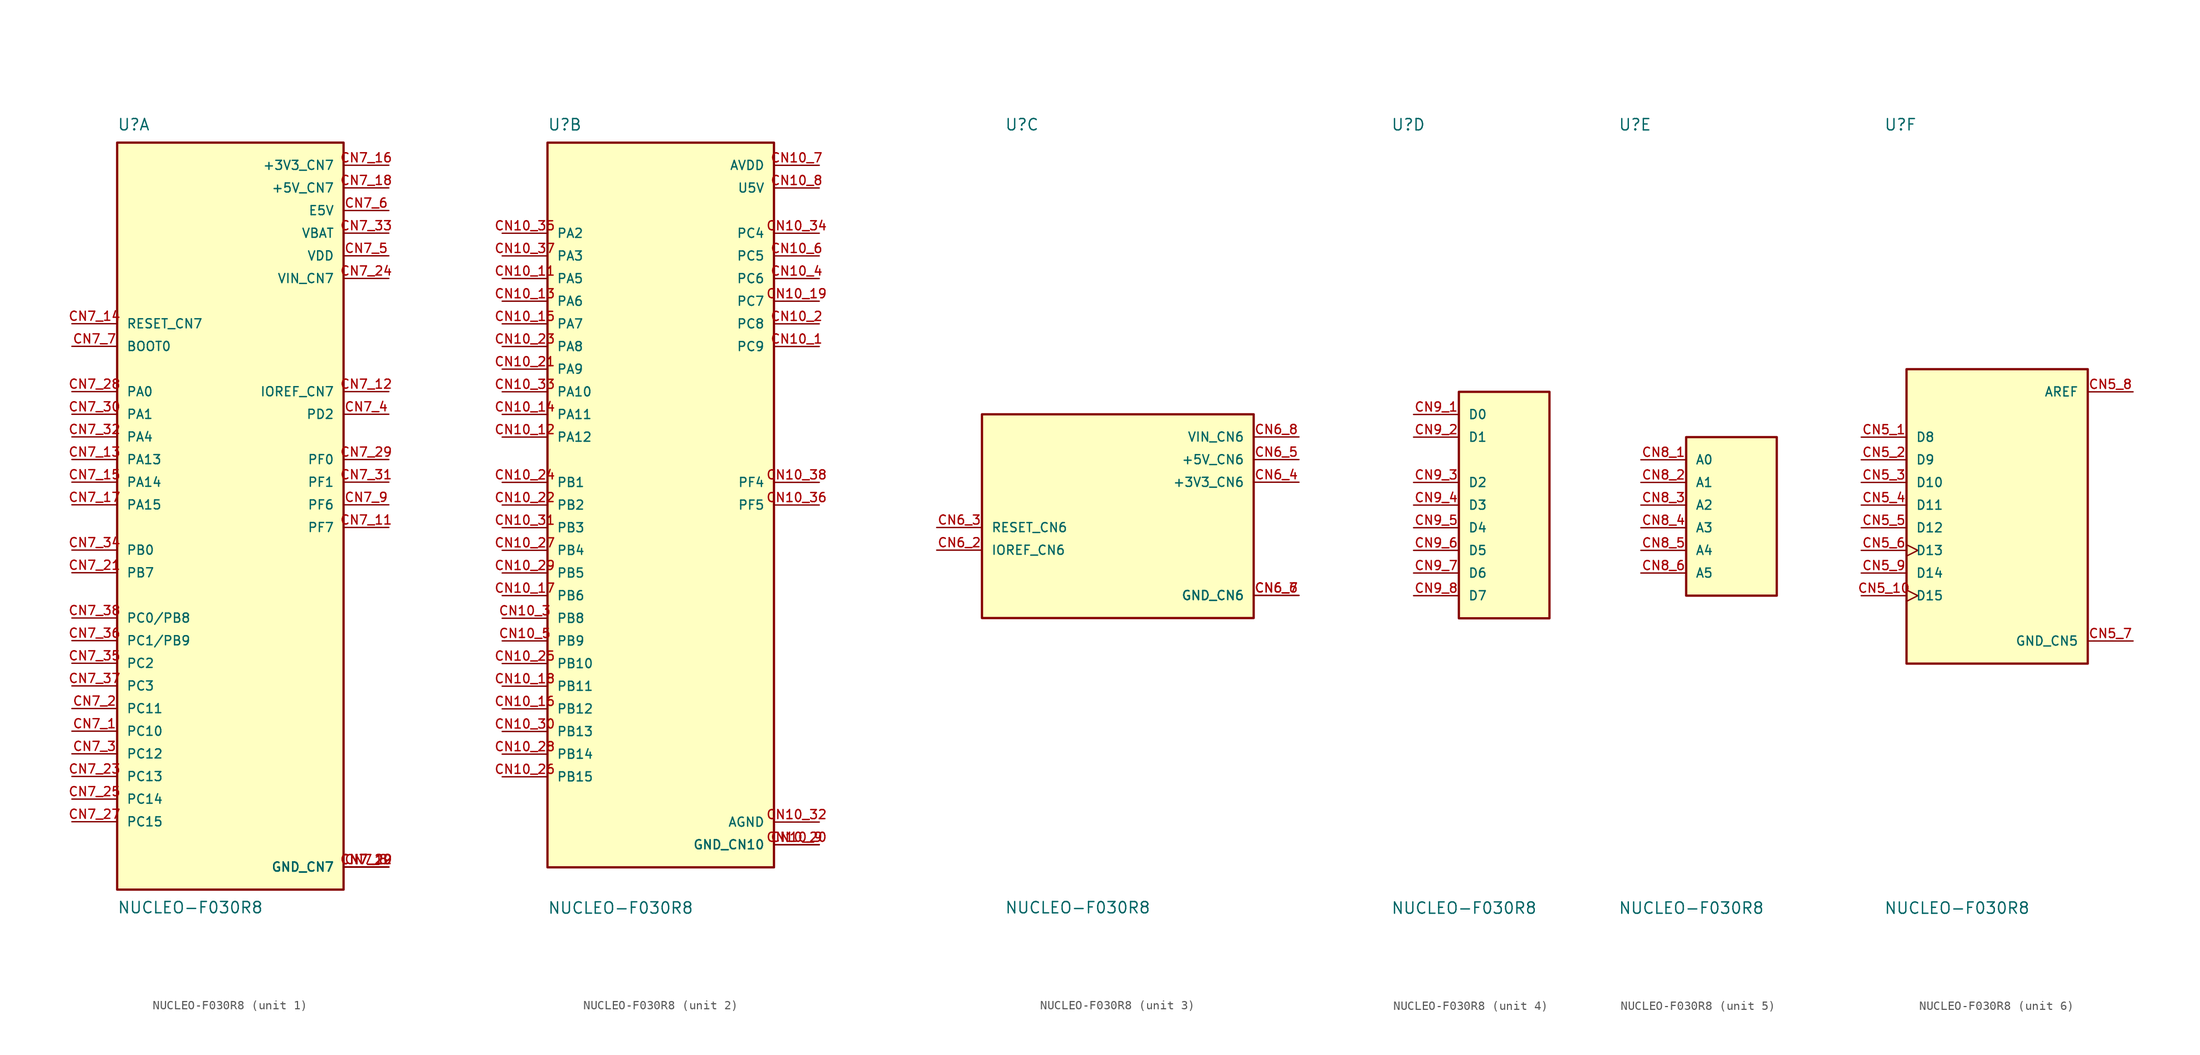
<source format=kicad_sym>
(kicad_symbol_lib
  (version 20211014)
  (generator kicad_symbol_editor)
  (symbol "NUCLEO-F030R8"
    (pin_names
      (offset 1.016))
    (property "Reference" "U"
      (at -12.7 41.91 0)
      (effects (font (size 1.27 1.27)) (justify bottom left)))
    (property "Value" "NUCLEO-F030R8"
      (at -12.7 -44.45 0.0)
      (effects (font (size 1.27 1.27)) (justify top left)))
    (symbol "NUCLEO-F030R8_1_0"
      (rectangle (start -12.7 -43.18) (end 12.7 40.64) (stroke (width 0.254)) (fill (type background)))
      (pin bidirectional line (at -17.78 -25.4 0) (length 5.08) (name "PC10" (effects (font (size 1.016 1.016)))) (number "CN7_1" (effects (font (size 1.016 1.016)))))
      (pin bidirectional line (at -17.78 -22.86 0) (length 5.08) (name "PC11" (effects (font (size 1.016 1.016)))) (number "CN7_2" (effects (font (size 1.016 1.016)))))
      (pin bidirectional line (at -17.78 -27.94 0) (length 5.08) (name "PC12" (effects (font (size 1.016 1.016)))) (number "CN7_3" (effects (font (size 1.016 1.016)))))
      (pin bidirectional line (at 17.78 10.16 180.0) (length 5.08) (name "PD2" (effects (font (size 1.016 1.016)))) (number "CN7_4" (effects (font (size 1.016 1.016)))))
      (pin power_in line (at 17.78 27.94 180.0) (length 5.08) (name "VDD" (effects (font (size 1.016 1.016)))) (number "CN7_5" (effects (font (size 1.016 1.016)))))
      (pin power_in line (at 17.78 33.02 180.0) (length 5.08) (name "E5V" (effects (font (size 1.016 1.016)))) (number "CN7_6" (effects (font (size 1.016 1.016)))))
      (pin bidirectional line (at -17.78 17.78 0) (length 5.08) (name "BOOT0" (effects (font (size 1.016 1.016)))) (number "CN7_7" (effects (font (size 1.016 1.016)))))
      (pin bidirectional line (at 17.78 12.7 180.0) (length 5.08) (name "IOREF_CN7" (effects (font (size 1.016 1.016)))) (number "CN7_12" (effects (font (size 1.016 1.016)))))
      (pin bidirectional line (at -17.78 5.08 0) (length 5.08) (name "PA13" (effects (font (size 1.016 1.016)))) (number "CN7_13" (effects (font (size 1.016 1.016)))))
      (pin bidirectional line (at -17.78 20.32 0) (length 5.08) (name "RESET_CN7" (effects (font (size 1.016 1.016)))) (number "CN7_14" (effects (font (size 1.016 1.016)))))
      (pin bidirectional line (at -17.78 2.54 0) (length 5.08) (name "PA14" (effects (font (size 1.016 1.016)))) (number "CN7_15" (effects (font (size 1.016 1.016)))))
      (pin power_in line (at 17.78 38.1 180.0) (length 5.08) (name "+3V3_CN7" (effects (font (size 1.016 1.016)))) (number "CN7_16" (effects (font (size 1.016 1.016)))))
      (pin bidirectional line (at -17.78 0.0 0) (length 5.08) (name "PA15" (effects (font (size 1.016 1.016)))) (number "CN7_17" (effects (font (size 1.016 1.016)))))
      (pin power_in line (at 17.78 35.56 180.0) (length 5.08) (name "+5V_CN7" (effects (font (size 1.016 1.016)))) (number "CN7_18" (effects (font (size 1.016 1.016)))))
      (pin power_in line (at 17.78 -40.64 180.0) (length 5.08) (name "GND_CN7" (effects (font (size 1.016 1.016)))) (number "CN7_8" (effects (font (size 1.016 1.016)))))
      (pin power_in line (at 17.78 -40.64 180.0) (length 5.08) (name "GND_CN7" (effects (font (size 1.016 1.016)))) (number "CN7_19" (effects (font (size 1.016 1.016)))))
      (pin power_in line (at 17.78 -40.64 180.0) (length 5.08) (name "GND_CN7" (effects (font (size 1.016 1.016)))) (number "CN7_20" (effects (font (size 1.016 1.016)))))
      (pin power_in line (at 17.78 -40.64 180.0) (length 5.08) (name "GND_CN7" (effects (font (size 1.016 1.016)))) (number "CN7_22" (effects (font (size 1.016 1.016)))))
      (pin bidirectional line (at -17.78 -7.62 0) (length 5.08) (name "PB7" (effects (font (size 1.016 1.016)))) (number "CN7_21" (effects (font (size 1.016 1.016)))))
      (pin bidirectional line (at -17.78 -30.48 0) (length 5.08) (name "PC13" (effects (font (size 1.016 1.016)))) (number "CN7_23" (effects (font (size 1.016 1.016)))))
      (pin power_in line (at 17.78 25.4 180.0) (length 5.08) (name "VIN_CN7" (effects (font (size 1.016 1.016)))) (number "CN7_24" (effects (font (size 1.016 1.016)))))
      (pin bidirectional line (at -17.78 -33.02 0) (length 5.08) (name "PC14" (effects (font (size 1.016 1.016)))) (number "CN7_25" (effects (font (size 1.016 1.016)))))
      (pin bidirectional line (at -17.78 -35.56 0) (length 5.08) (name "PC15" (effects (font (size 1.016 1.016)))) (number "CN7_27" (effects (font (size 1.016 1.016)))))
      (pin bidirectional line (at -17.78 12.7 0) (length 5.08) (name "PA0" (effects (font (size 1.016 1.016)))) (number "CN7_28" (effects (font (size 1.016 1.016)))))
      (pin bidirectional line (at 17.78 5.08 180.0) (length 5.08) (name "PF0" (effects (font (size 1.016 1.016)))) (number "CN7_29" (effects (font (size 1.016 1.016)))))
      (pin bidirectional line (at -17.78 10.16 0) (length 5.08) (name "PA1" (effects (font (size 1.016 1.016)))) (number "CN7_30" (effects (font (size 1.016 1.016)))))
      (pin bidirectional line (at 17.78 2.54 180.0) (length 5.08) (name "PF1" (effects (font (size 1.016 1.016)))) (number "CN7_31" (effects (font (size 1.016 1.016)))))
      (pin bidirectional line (at -17.78 7.62 0) (length 5.08) (name "PA4" (effects (font (size 1.016 1.016)))) (number "CN7_32" (effects (font (size 1.016 1.016)))))
      (pin power_in line (at 17.78 30.48 180.0) (length 5.08) (name "VBAT" (effects (font (size 1.016 1.016)))) (number "CN7_33" (effects (font (size 1.016 1.016)))))
      (pin bidirectional line (at -17.78 -5.08 0) (length 5.08) (name "PB0" (effects (font (size 1.016 1.016)))) (number "CN7_34" (effects (font (size 1.016 1.016)))))
      (pin bidirectional line (at -17.78 -17.78 0) (length 5.08) (name "PC2" (effects (font (size 1.016 1.016)))) (number "CN7_35" (effects (font (size 1.016 1.016)))))
      (pin bidirectional line (at -17.78 -15.24 0) (length 5.08) (name "PC1/PB9" (effects (font (size 1.016 1.016)))) (number "CN7_36" (effects (font (size 1.016 1.016)))))
      (pin bidirectional line (at -17.78 -20.32 0) (length 5.08) (name "PC3" (effects (font (size 1.016 1.016)))) (number "CN7_37" (effects (font (size 1.016 1.016)))))
      (pin bidirectional line (at -17.78 -12.7 0) (length 5.08) (name "PC0/PB8" (effects (font (size 1.016 1.016)))) (number "CN7_38" (effects (font (size 1.016 1.016)))))
      (pin bidirectional line (at 17.78 0.0 180.0) (length 5.08) (name "PF6" (effects (font (size 1.016 1.016)))) (number "CN7_9" (effects (font (size 1.016 1.016)))))
      (pin bidirectional line (at 17.78 -2.54 180.0) (length 5.08) (name "PF7" (effects (font (size 1.016 1.016)))) (number "CN7_11" (effects (font (size 1.016 1.016))))))
    (symbol "NUCLEO-F030R8_2_0"
      (rectangle (start -12.7 -40.64) (end 12.7 40.64) (stroke (width 0.254)) (fill (type background)))
      (pin bidirectional line (at 17.78 17.78 180.0) (length 5.08) (name "PC9" (effects (font (size 1.016 1.016)))) (number "CN10_1" (effects (font (size 1.016 1.016)))))
      (pin bidirectional line (at 17.78 20.32 180.0) (length 5.08) (name "PC8" (effects (font (size 1.016 1.016)))) (number "CN10_2" (effects (font (size 1.016 1.016)))))
      (pin bidirectional line (at -17.78 -12.7 0) (length 5.08) (name "PB8" (effects (font (size 1.016 1.016)))) (number "CN10_3" (effects (font (size 1.016 1.016)))))
      (pin bidirectional line (at 17.78 25.4 180.0) (length 5.08) (name "PC6" (effects (font (size 1.016 1.016)))) (number "CN10_4" (effects (font (size 1.016 1.016)))))
      (pin bidirectional line (at -17.78 -15.24 0) (length 5.08) (name "PB9" (effects (font (size 1.016 1.016)))) (number "CN10_5" (effects (font (size 1.016 1.016)))))
      (pin bidirectional line (at 17.78 27.94 180.0) (length 5.08) (name "PC5" (effects (font (size 1.016 1.016)))) (number "CN10_6" (effects (font (size 1.016 1.016)))))
      (pin power_in line (at 17.78 38.1 180.0) (length 5.08) (name "AVDD" (effects (font (size 1.016 1.016)))) (number "CN10_7" (effects (font (size 1.016 1.016)))))
      (pin power_in line (at 17.78 35.56 180.0) (length 5.08) (name "U5V" (effects (font (size 1.016 1.016)))) (number "CN10_8" (effects (font (size 1.016 1.016)))))
      (pin power_in line (at 17.78 -38.1 180.0) (length 5.08) (name "GND_CN10" (effects (font (size 1.016 1.016)))) (number "CN10_9" (effects (font (size 1.016 1.016)))))
      (pin power_in line (at 17.78 -38.1 180.0) (length 5.08) (name "GND_CN10" (effects (font (size 1.016 1.016)))) (number "CN10_20" (effects (font (size 1.016 1.016)))))
      (pin bidirectional line (at -17.78 25.4 0) (length 5.08) (name "PA5" (effects (font (size 1.016 1.016)))) (number "CN10_11" (effects (font (size 1.016 1.016)))))
      (pin bidirectional line (at -17.78 7.62 0) (length 5.08) (name "PA12" (effects (font (size 1.016 1.016)))) (number "CN10_12" (effects (font (size 1.016 1.016)))))
      (pin bidirectional line (at -17.78 22.86 0) (length 5.08) (name "PA6" (effects (font (size 1.016 1.016)))) (number "CN10_13" (effects (font (size 1.016 1.016)))))
      (pin bidirectional line (at -17.78 10.16 0) (length 5.08) (name "PA11" (effects (font (size 1.016 1.016)))) (number "CN10_14" (effects (font (size 1.016 1.016)))))
      (pin bidirectional line (at -17.78 20.32 0) (length 5.08) (name "PA7" (effects (font (size 1.016 1.016)))) (number "CN10_15" (effects (font (size 1.016 1.016)))))
      (pin bidirectional line (at -17.78 -22.86 0) (length 5.08) (name "PB12" (effects (font (size 1.016 1.016)))) (number "CN10_16" (effects (font (size 1.016 1.016)))))
      (pin bidirectional line (at -17.78 -10.16 0) (length 5.08) (name "PB6" (effects (font (size 1.016 1.016)))) (number "CN10_17" (effects (font (size 1.016 1.016)))))
      (pin bidirectional line (at 17.78 22.86 180.0) (length 5.08) (name "PC7" (effects (font (size 1.016 1.016)))) (number "CN10_19" (effects (font (size 1.016 1.016)))))
      (pin bidirectional line (at -17.78 15.24 0) (length 5.08) (name "PA9" (effects (font (size 1.016 1.016)))) (number "CN10_21" (effects (font (size 1.016 1.016)))))
      (pin bidirectional line (at -17.78 0.0 0) (length 5.08) (name "PB2" (effects (font (size 1.016 1.016)))) (number "CN10_22" (effects (font (size 1.016 1.016)))))
      (pin bidirectional line (at -17.78 17.78 0) (length 5.08) (name "PA8" (effects (font (size 1.016 1.016)))) (number "CN10_23" (effects (font (size 1.016 1.016)))))
      (pin bidirectional line (at -17.78 2.54 0) (length 5.08) (name "PB1" (effects (font (size 1.016 1.016)))) (number "CN10_24" (effects (font (size 1.016 1.016)))))
      (pin bidirectional line (at -17.78 -17.78 0) (length 5.08) (name "PB10" (effects (font (size 1.016 1.016)))) (number "CN10_25" (effects (font (size 1.016 1.016)))))
      (pin bidirectional line (at -17.78 -30.48 0) (length 5.08) (name "PB15" (effects (font (size 1.016 1.016)))) (number "CN10_26" (effects (font (size 1.016 1.016)))))
      (pin bidirectional line (at -17.78 -5.08 0) (length 5.08) (name "PB4" (effects (font (size 1.016 1.016)))) (number "CN10_27" (effects (font (size 1.016 1.016)))))
      (pin bidirectional line (at -17.78 -27.94 0) (length 5.08) (name "PB14" (effects (font (size 1.016 1.016)))) (number "CN10_28" (effects (font (size 1.016 1.016)))))
      (pin bidirectional line (at -17.78 -7.62 0) (length 5.08) (name "PB5" (effects (font (size 1.016 1.016)))) (number "CN10_29" (effects (font (size 1.016 1.016)))))
      (pin bidirectional line (at -17.78 -25.4 0) (length 5.08) (name "PB13" (effects (font (size 1.016 1.016)))) (number "CN10_30" (effects (font (size 1.016 1.016)))))
      (pin bidirectional line (at -17.78 -2.54 0) (length 5.08) (name "PB3" (effects (font (size 1.016 1.016)))) (number "CN10_31" (effects (font (size 1.016 1.016)))))
      (pin power_in line (at 17.78 -35.56 180.0) (length 5.08) (name "AGND" (effects (font (size 1.016 1.016)))) (number "CN10_32" (effects (font (size 1.016 1.016)))))
      (pin bidirectional line (at -17.78 12.7 0) (length 5.08) (name "PA10" (effects (font (size 1.016 1.016)))) (number "CN10_33" (effects (font (size 1.016 1.016)))))
      (pin bidirectional line (at 17.78 30.48 180.0) (length 5.08) (name "PC4" (effects (font (size 1.016 1.016)))) (number "CN10_34" (effects (font (size 1.016 1.016)))))
      (pin bidirectional line (at -17.78 30.48 0) (length 5.08) (name "PA2" (effects (font (size 1.016 1.016)))) (number "CN10_35" (effects (font (size 1.016 1.016)))))
      (pin bidirectional line (at -17.78 27.94 0) (length 5.08) (name "PA3" (effects (font (size 1.016 1.016)))) (number "CN10_37" (effects (font (size 1.016 1.016)))))
      (pin bidirectional line (at -17.78 -20.32 0) (length 5.08) (name "PB11" (effects (font (size 1.016 1.016)))) (number "CN10_18" (effects (font (size 1.016 1.016)))))
      (pin bidirectional line (at 17.78 0.0 180.0) (length 5.08) (name "PF5" (effects (font (size 1.016 1.016)))) (number "CN10_36" (effects (font (size 1.016 1.016)))))
      (pin bidirectional line (at 17.78 2.54 180.0) (length 5.08) (name "PF4" (effects (font (size 1.016 1.016)))) (number "CN10_38" (effects (font (size 1.016 1.016))))))
    (symbol "NUCLEO-F030R8_3_0"
      (rectangle (start -15.24 -12.7) (end 15.24 10.16) (stroke (width 0.254)) (fill (type background)))
      (pin bidirectional line (at -20.32 -5.08 0) (length 5.08) (name "IOREF_CN6" (effects (font (size 1.016 1.016)))) (number "CN6_2" (effects (font (size 1.016 1.016)))))
      (pin bidirectional line (at -20.32 -2.54 0) (length 5.08) (name "RESET_CN6" (effects (font (size 1.016 1.016)))) (number "CN6_3" (effects (font (size 1.016 1.016)))))
      (pin power_in line (at 20.32 2.54 180.0) (length 5.08) (name "+3V3_CN6" (effects (font (size 1.016 1.016)))) (number "CN6_4" (effects (font (size 1.016 1.016)))))
      (pin power_in line (at 20.32 5.08 180.0) (length 5.08) (name "+5V_CN6" (effects (font (size 1.016 1.016)))) (number "CN6_5" (effects (font (size 1.016 1.016)))))
      (pin power_in line (at 20.32 -10.16 180.0) (length 5.08) (name "GND_CN6" (effects (font (size 1.016 1.016)))) (number "CN6_6" (effects (font (size 1.016 1.016)))))
      (pin power_in line (at 20.32 -10.16 180.0) (length 5.08) (name "GND_CN6" (effects (font (size 1.016 1.016)))) (number "CN6_7" (effects (font (size 1.016 1.016)))))
      (pin power_in line (at 20.32 7.62 180.0) (length 5.08) (name "VIN_CN6" (effects (font (size 1.016 1.016)))) (number "CN6_8" (effects (font (size 1.016 1.016))))))
    (symbol "NUCLEO-F030R8_4_0"
      (rectangle (start -5.08 -12.7) (end 5.08 12.7) (stroke (width 0.254)) (fill (type background)))
      (pin input line (at -10.16 10.16 0) (length 5.08) (name "D0" (effects (font (size 1.016 1.016)))) (number "CN9_1" (effects (font (size 1.016 1.016)))))
      (pin output line (at -10.16 7.62 0) (length 5.08) (name "D1" (effects (font (size 1.016 1.016)))) (number "CN9_2" (effects (font (size 1.016 1.016)))))
      (pin bidirectional line (at -10.16 2.54 0) (length 5.08) (name "D2" (effects (font (size 1.016 1.016)))) (number "CN9_3" (effects (font (size 1.016 1.016)))))
      (pin bidirectional line (at -10.16 0.0 0) (length 5.08) (name "D3" (effects (font (size 1.016 1.016)))) (number "CN9_4" (effects (font (size 1.016 1.016)))))
      (pin bidirectional line (at -10.16 -2.54 0) (length 5.08) (name "D4" (effects (font (size 1.016 1.016)))) (number "CN9_5" (effects (font (size 1.016 1.016)))))
      (pin bidirectional line (at -10.16 -5.08 0) (length 5.08) (name "D5" (effects (font (size 1.016 1.016)))) (number "CN9_6" (effects (font (size 1.016 1.016)))))
      (pin bidirectional line (at -10.16 -7.62 0) (length 5.08) (name "D6" (effects (font (size 1.016 1.016)))) (number "CN9_7" (effects (font (size 1.016 1.016)))))
      (pin bidirectional line (at -10.16 -10.16 0) (length 5.08) (name "D7" (effects (font (size 1.016 1.016)))) (number "CN9_8" (effects (font (size 1.016 1.016))))))
    (symbol "NUCLEO-F030R8_5_0"
      (rectangle (start -5.08 -10.16) (end 5.08 7.62) (stroke (width 0.254)) (fill (type background)))
      (pin input line (at -10.16 5.08 0) (length 5.08) (name "A0" (effects (font (size 1.016 1.016)))) (number "CN8_1" (effects (font (size 1.016 1.016)))))
      (pin input line (at -10.16 2.54 0) (length 5.08) (name "A1" (effects (font (size 1.016 1.016)))) (number "CN8_2" (effects (font (size 1.016 1.016)))))
      (pin input line (at -10.16 0.0 0) (length 5.08) (name "A2" (effects (font (size 1.016 1.016)))) (number "CN8_3" (effects (font (size 1.016 1.016)))))
      (pin input line (at -10.16 -2.54 0) (length 5.08) (name "A3" (effects (font (size 1.016 1.016)))) (number "CN8_4" (effects (font (size 1.016 1.016)))))
      (pin input line (at -10.16 -5.08 0) (length 5.08) (name "A4" (effects (font (size 1.016 1.016)))) (number "CN8_5" (effects (font (size 1.016 1.016)))))
      (pin input line (at -10.16 -7.62 0) (length 5.08) (name "A5" (effects (font (size 1.016 1.016)))) (number "CN8_6" (effects (font (size 1.016 1.016))))))
    (symbol "NUCLEO-F030R8_6_0"
      (rectangle (start -10.16 -17.78) (end 10.16 15.24) (stroke (width 0.254)) (fill (type background)))
      (pin bidirectional line (at -15.24 7.62 0) (length 5.08) (name "D8" (effects (font (size 1.016 1.016)))) (number "CN5_1" (effects (font (size 1.016 1.016)))))
      (pin bidirectional line (at -15.24 5.08 0) (length 5.08) (name "D9" (effects (font (size 1.016 1.016)))) (number "CN5_2" (effects (font (size 1.016 1.016)))))
      (pin bidirectional line (at -15.24 2.54 0) (length 5.08) (name "D10" (effects (font (size 1.016 1.016)))) (number "CN5_3" (effects (font (size 1.016 1.016)))))
      (pin bidirectional line (at -15.24 0.0 0) (length 5.08) (name "D11" (effects (font (size 1.016 1.016)))) (number "CN5_4" (effects (font (size 1.016 1.016)))))
      (pin bidirectional line (at -15.24 -2.54 0) (length 5.08) (name "D12" (effects (font (size 1.016 1.016)))) (number "CN5_5" (effects (font (size 1.016 1.016)))))
      (pin bidirectional clock (at -15.24 -5.08 0) (length 5.08) (name "D13" (effects (font (size 1.016 1.016)))) (number "CN5_6" (effects (font (size 1.016 1.016)))))
      (pin power_in line (at 15.24 -15.24 180.0) (length 5.08) (name "GND_CN5" (effects (font (size 1.016 1.016)))) (number "CN5_7" (effects (font (size 1.016 1.016)))))
      (pin power_in line (at 15.24 12.7 180.0) (length 5.08) (name "AREF" (effects (font (size 1.016 1.016)))) (number "CN5_8" (effects (font (size 1.016 1.016)))))
      (pin bidirectional line (at -15.24 -7.62 0) (length 5.08) (name "D14" (effects (font (size 1.016 1.016)))) (number "CN5_9" (effects (font (size 1.016 1.016)))))
      (pin bidirectional clock (at -15.24 -10.16 0) (length 5.08) (name "D15" (effects (font (size 1.016 1.016)))) (number "CN5_10" (effects (font (size 1.016 1.016))))))))
</source>
